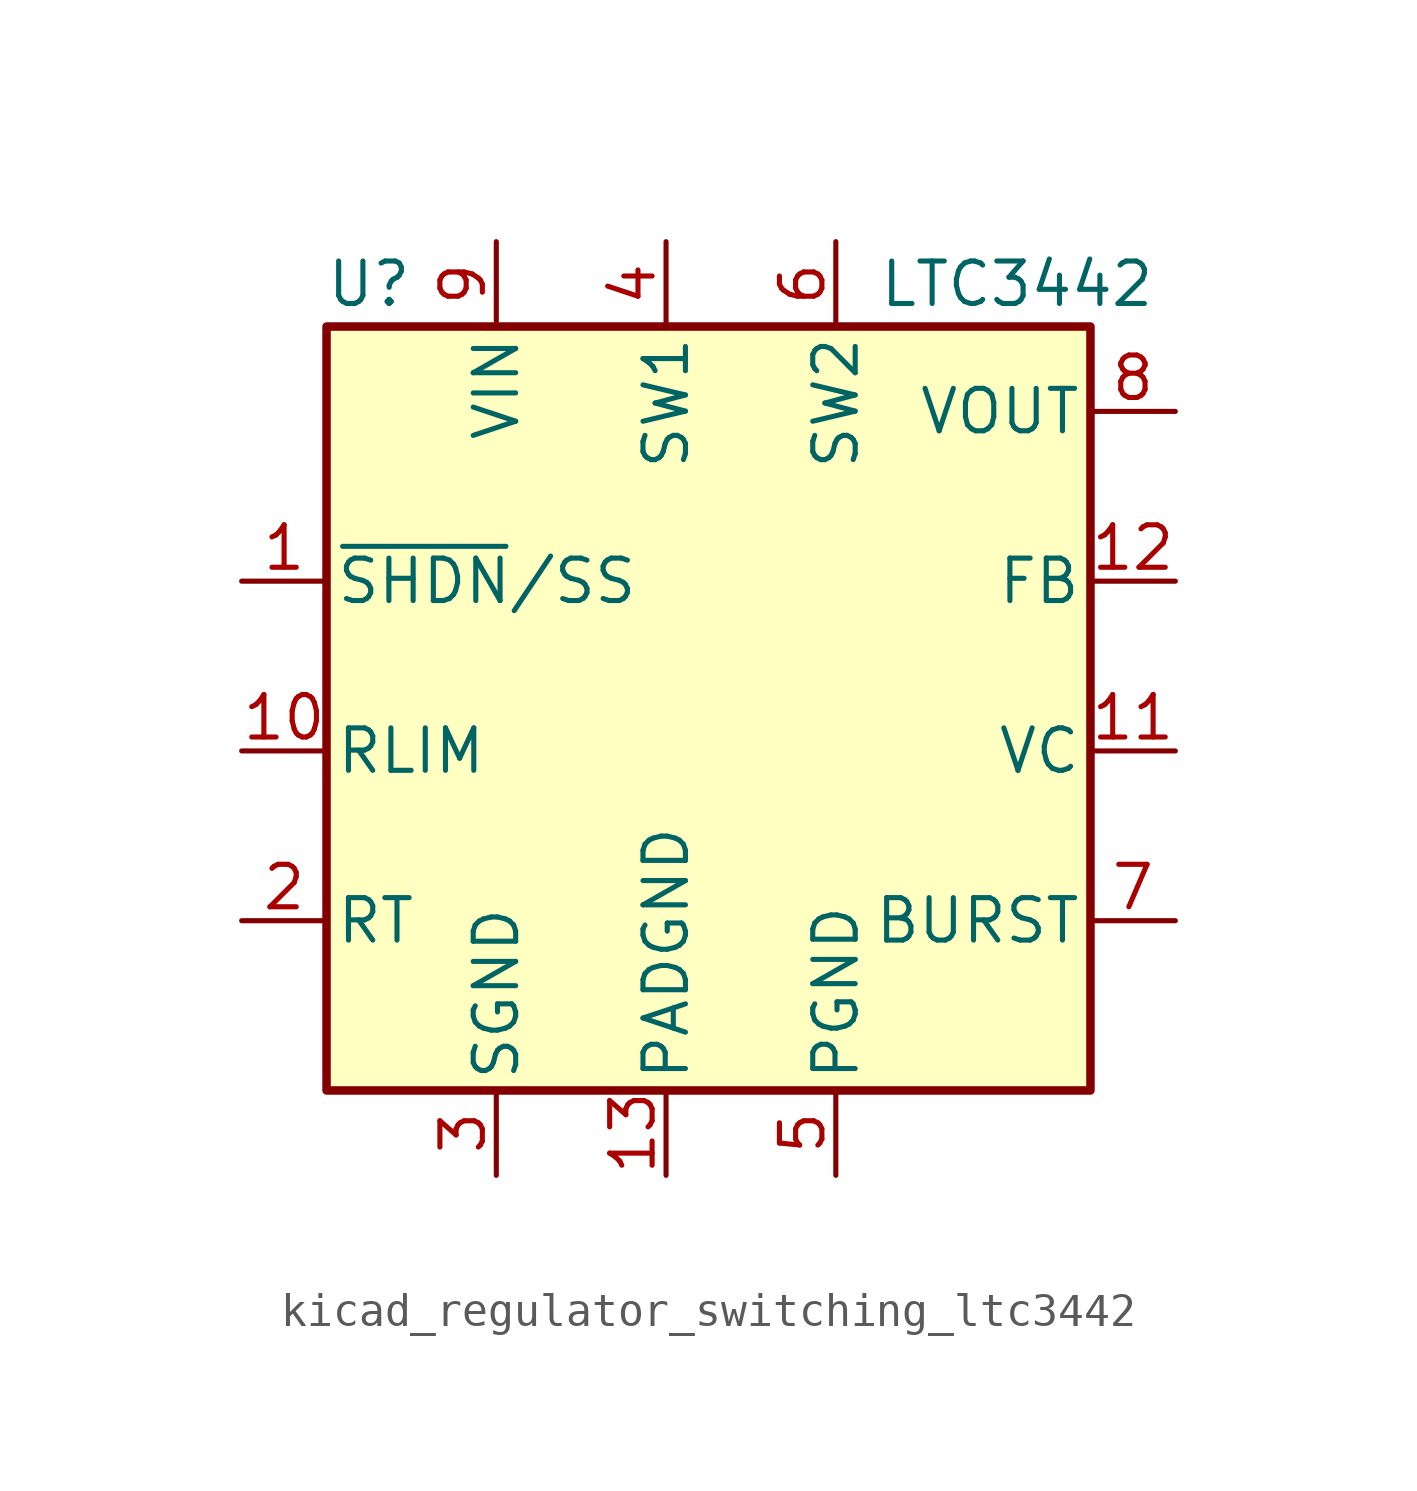
<source format=kicad_sym>
(kicad_symbol_lib
  (version 20220914)
  (generator kicad_symbol_editor)
  (symbol "kicad_regulator_switching_ltc3442"
    (pin_names
      (offset 0.254))
    (property "Reference" "U"
      (at -11.43 11.43 0)
      (effects (font (size 1.27 1.27))))
    (property "Value" "LTC3442"
      (at 3.81 11.43 0)
      (effects (font (size 1.27 1.27)) (justify left)))
    (symbol "kicad_regulator_switching_ltc3442_0_1"
      (rectangle (start -12.7 10.16) (end 10.16 -12.7) (stroke (width 0.254) (type default)) (fill (type background))))
    (symbol "kicad_regulator_switching_ltc3442_1_1"
      (pin input line (at -15.24 2.54 0) (length 2.54) (name "~{SHDN}/SS" (effects (font (size 1.27 1.27)))) (number "1" (effects (font (size 1.27 1.27)))))
      (pin input line (at -15.24 -2.54 0) (length 2.54) (name "RLIM" (effects (font (size 1.27 1.27)))) (number "10" (effects (font (size 1.27 1.27)))))
      (pin input line (at 12.7 -2.54 180) (length 2.54) (name "VC" (effects (font (size 1.27 1.27)))) (number "11" (effects (font (size 1.27 1.27)))))
      (pin input line (at 12.7 2.54 180) (length 2.54) (name "FB" (effects (font (size 1.27 1.27)))) (number "12" (effects (font (size 1.27 1.27)))))
      (pin power_in line (at -2.54 -15.24 90) (length 2.54) (name "PADGND" (effects (font (size 1.27 1.27)))) (number "13" (effects (font (size 1.27 1.27)))))
      (pin input line (at -15.24 -7.62 0) (length 2.54) (name "RT" (effects (font (size 1.27 1.27)))) (number "2" (effects (font (size 1.27 1.27)))))
      (pin power_in line (at -7.62 -15.24 90) (length 2.54) (name "SGND" (effects (font (size 1.27 1.27)))) (number "3" (effects (font (size 1.27 1.27)))))
      (pin bidirectional line (at -2.54 12.7 270) (length 2.54) (name "SW1" (effects (font (size 1.27 1.27)))) (number "4" (effects (font (size 1.27 1.27)))))
      (pin power_in line (at 2.54 -15.24 90) (length 2.54) (name "PGND" (effects (font (size 1.27 1.27)))) (number "5" (effects (font (size 1.27 1.27)))))
      (pin bidirectional line (at 2.54 12.7 270) (length 2.54) (name "SW2" (effects (font (size 1.27 1.27)))) (number "6" (effects (font (size 1.27 1.27)))))
      (pin input line (at 12.7 -7.62 180) (length 2.54) (name "BURST" (effects (font (size 1.27 1.27)))) (number "7" (effects (font (size 1.27 1.27)))))
      (pin power_out line (at 12.7 7.62 180) (length 2.54) (name "VOUT" (effects (font (size 1.27 1.27)))) (number "8" (effects (font (size 1.27 1.27)))))
      (pin power_in line (at -7.62 12.7 270) (length 2.54) (name "VIN" (effects (font (size 1.27 1.27)))) (number "9" (effects (font (size 1.27 1.27))))))))
</source>
